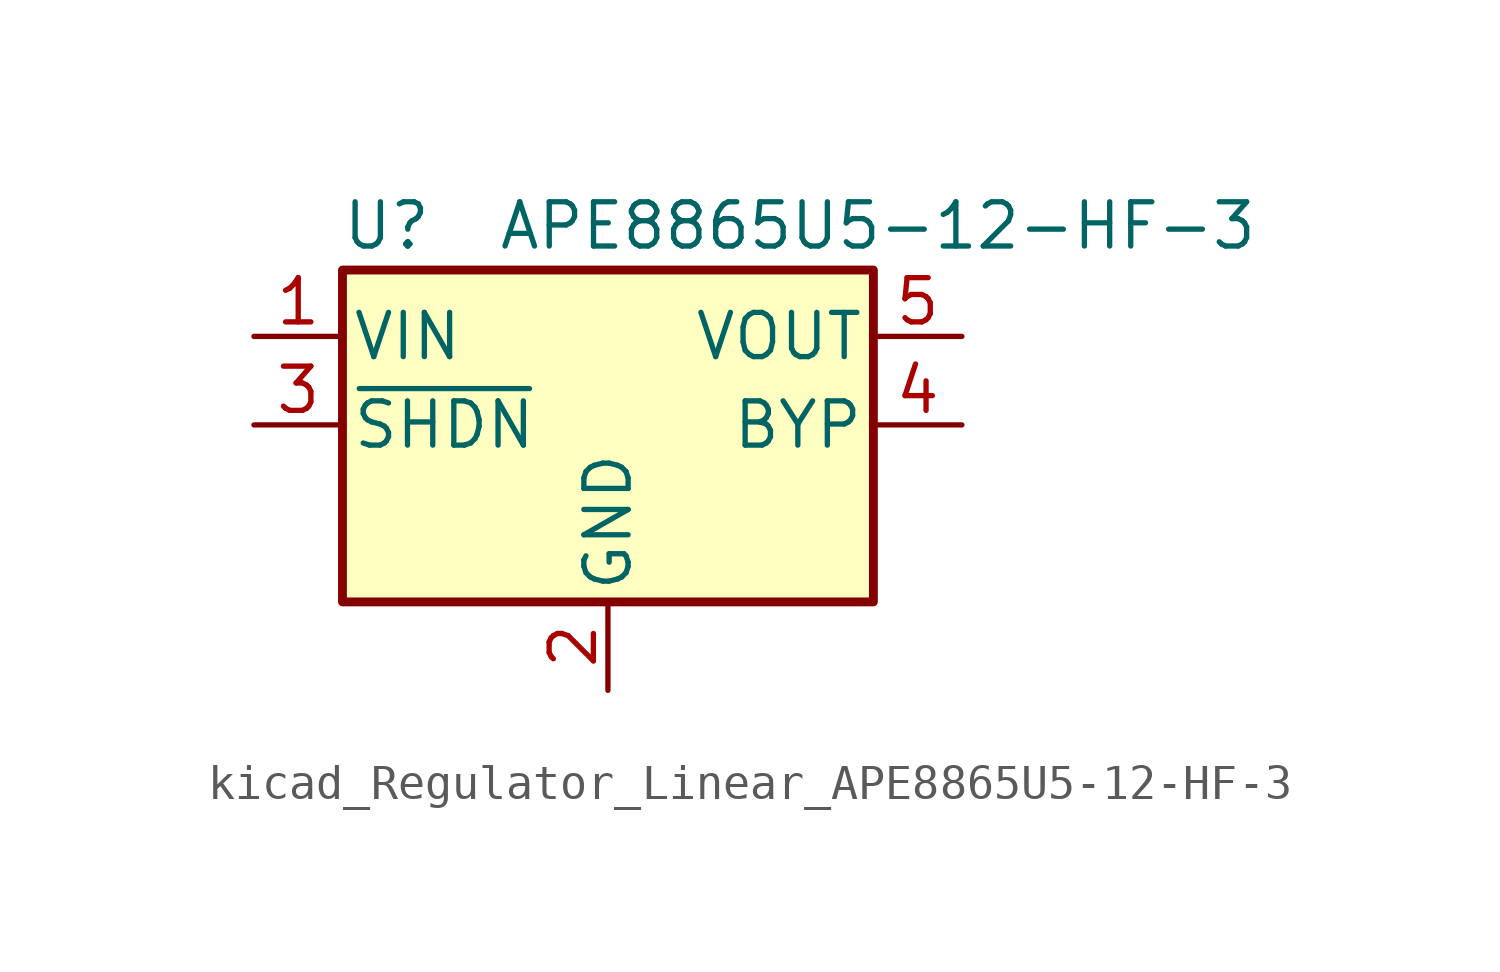
<source format=kicad_sym>
(kicad_symbol_lib
  (version 20220914)
  (generator kicad_symbol_editor)
  (symbol "kicad_Regulator_Linear_APE8865U5-12-HF-3"
    (pin_names
      (offset 0.254))
    (property "Reference" "U"
      (at -6.35 5.715 0)
      (effects (font (size 1.27 1.27))))
    (property "Value" "APE8865U5-12-HF-3"
      (at -3.175 5.715 0)
      (effects (font (size 1.27 1.27)) (justify left)))
    (symbol "kicad_Regulator_Linear_APE8865U5-12-HF-3_0_1"
      (rectangle (start -7.62 4.445) (end 7.62 -5.08) (stroke (width 0.254) (type default)) (fill (type background))))
    (symbol "kicad_Regulator_Linear_APE8865U5-12-HF-3_1_1"
      (pin power_in line (at -10.16 2.54 0) (length 2.54) (name "VIN" (effects (font (size 1.27 1.27)))) (number "1" (effects (font (size 1.27 1.27)))))
      (pin power_in line (at 0 -7.62 90) (length 2.54) (name "GND" (effects (font (size 1.27 1.27)))) (number "2" (effects (font (size 1.27 1.27)))))
      (pin input line (at -10.16 0 0) (length 2.54) (name "~{SHDN}" (effects (font (size 1.27 1.27)))) (number "3" (effects (font (size 1.27 1.27)))))
      (pin input line (at 10.16 0 180) (length 2.54) (name "BYP" (effects (font (size 1.27 1.27)))) (number "4" (effects (font (size 1.27 1.27)))))
      (pin power_out line (at 10.16 2.54 180) (length 2.54) (name "VOUT" (effects (font (size 1.27 1.27)))) (number "5" (effects (font (size 1.27 1.27))))))))
</source>
